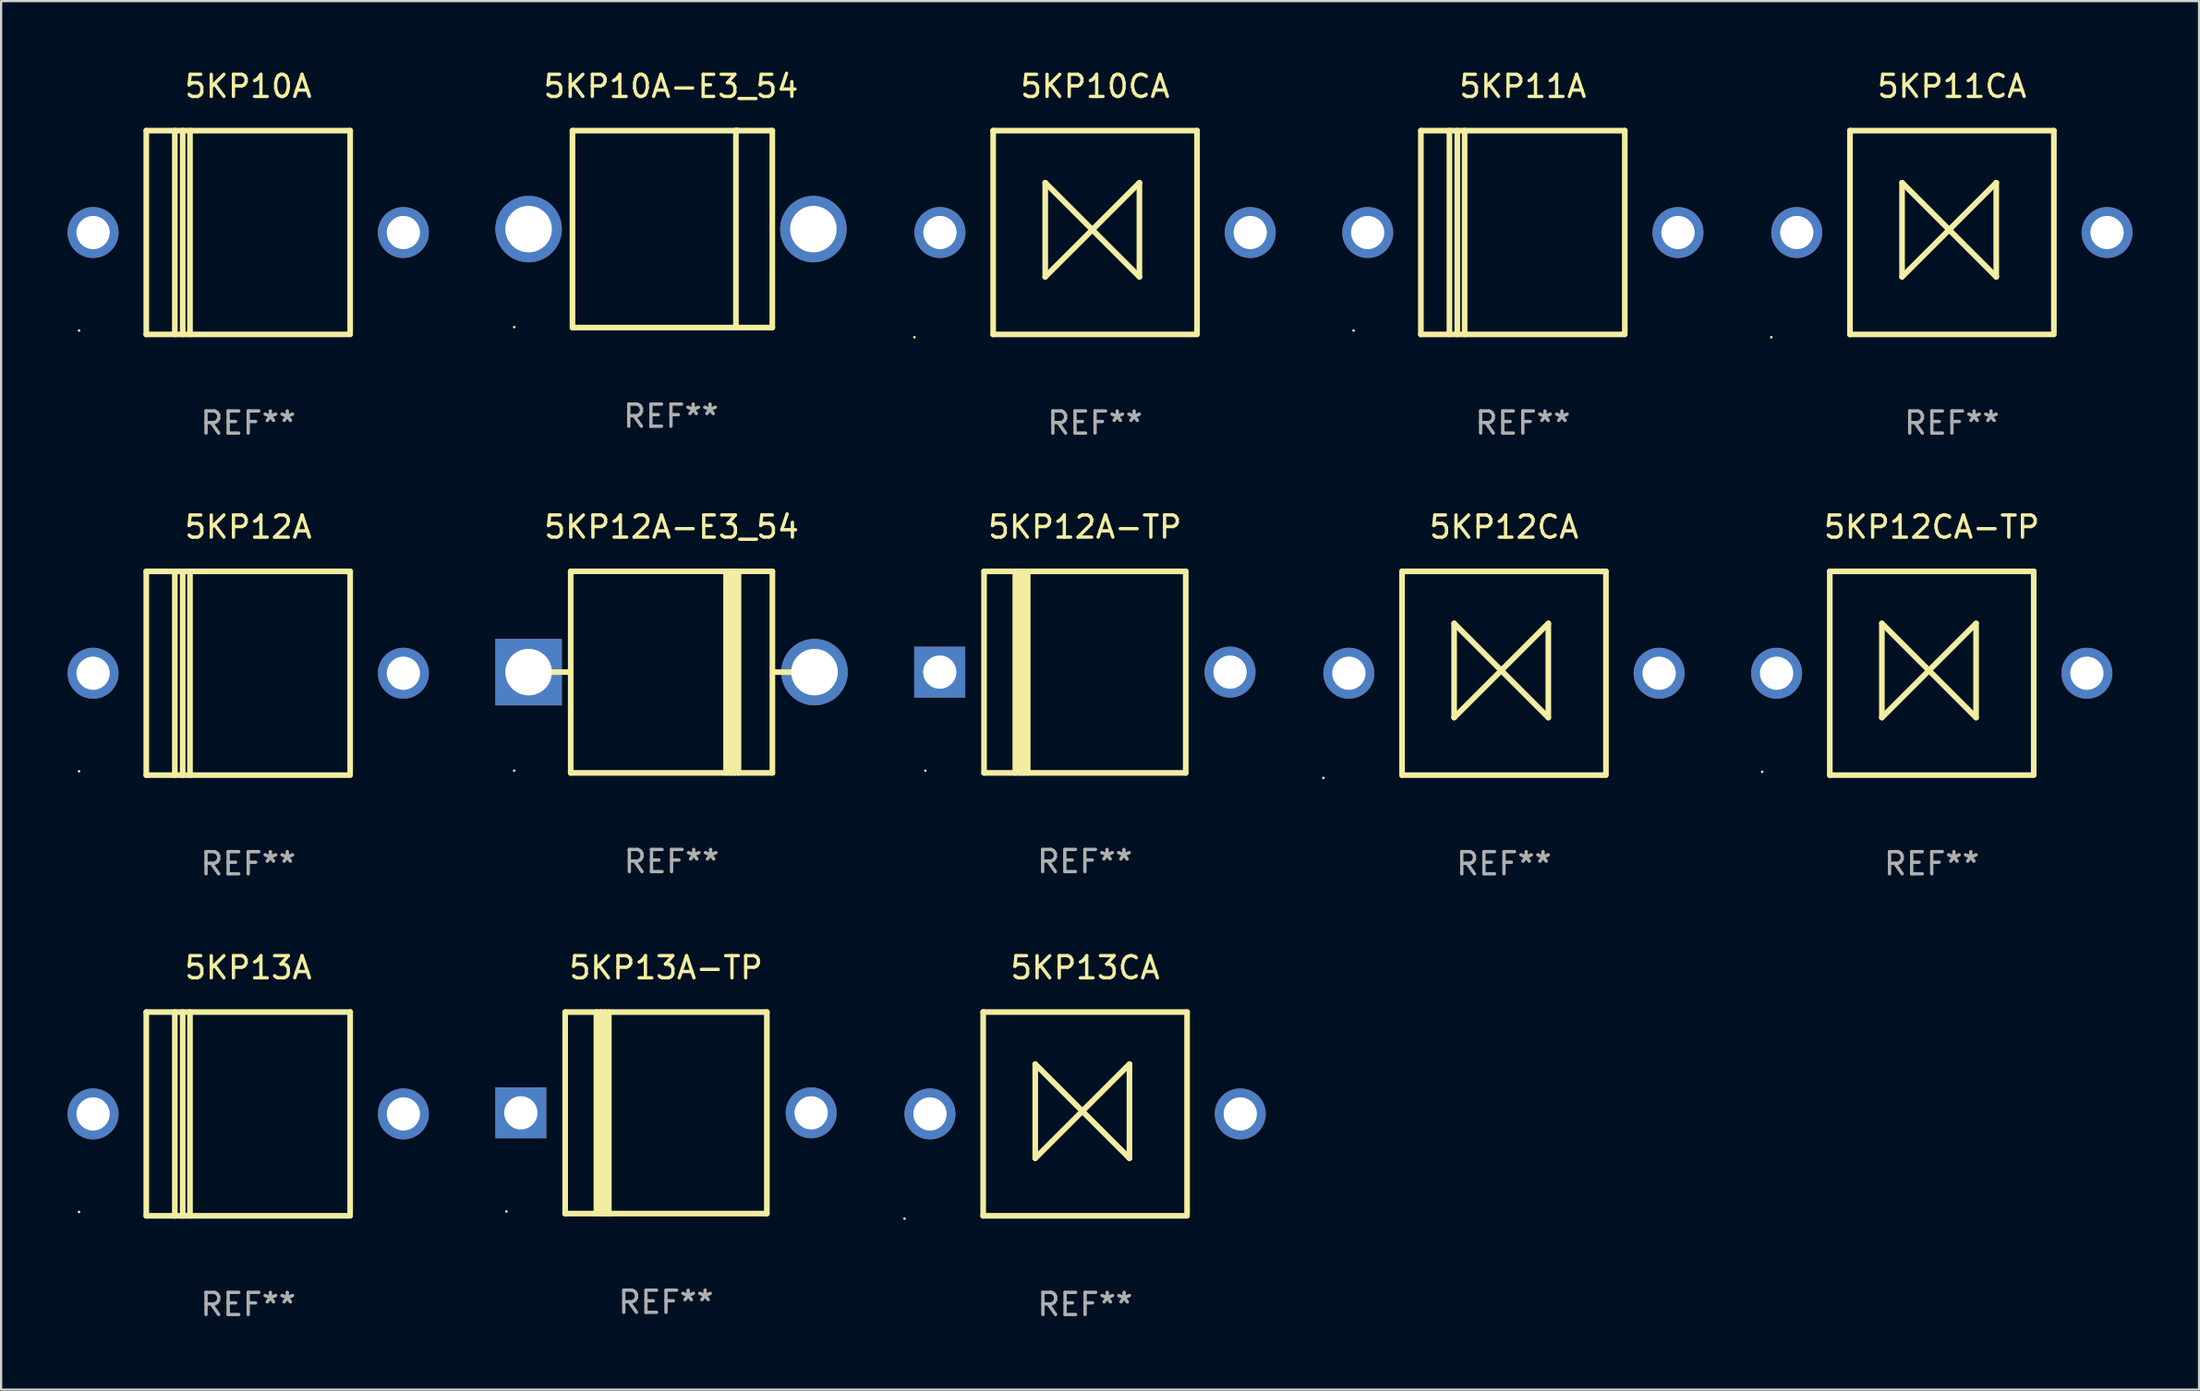
<source format=kicad_pcb>
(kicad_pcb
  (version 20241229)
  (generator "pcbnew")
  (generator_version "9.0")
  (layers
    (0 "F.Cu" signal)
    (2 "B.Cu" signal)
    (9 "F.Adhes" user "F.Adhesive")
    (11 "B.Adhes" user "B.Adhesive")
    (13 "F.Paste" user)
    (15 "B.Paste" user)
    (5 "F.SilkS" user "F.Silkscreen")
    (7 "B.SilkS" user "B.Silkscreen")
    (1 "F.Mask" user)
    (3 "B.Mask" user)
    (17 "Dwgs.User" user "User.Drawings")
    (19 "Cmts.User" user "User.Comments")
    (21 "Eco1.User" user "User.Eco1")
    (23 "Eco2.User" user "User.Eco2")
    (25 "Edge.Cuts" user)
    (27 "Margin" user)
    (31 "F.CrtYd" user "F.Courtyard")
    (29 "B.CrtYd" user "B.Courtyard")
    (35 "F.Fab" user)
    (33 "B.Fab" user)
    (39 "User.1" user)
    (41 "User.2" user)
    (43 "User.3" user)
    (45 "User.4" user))
  (footprint "5KP12A"
    (layer "F.Cu")
    (at 8.15 27.345)
    (property "Reference" "5KP12A" (at 0 -6.6 0) (layer "F.SilkS") (effects (font (size 1 1) (thickness 0.15))))
    (attr through_hole)
    (fp_line (start -4.6 -4.6) (end -4.6 4.6) (stroke (width 0.254) (type solid)) (layer "F.SilkS"))
    (fp_line (start -4.6 -4.6) (end 4.6 -4.6) (stroke (width 0.254) (type solid)) (layer "F.SilkS"))
    (fp_line (start -4.6 4.6) (end 4.6 4.6) (stroke (width 0.254) (type solid)) (layer "F.SilkS"))
    (fp_line (start -3.313 -4.6) (end -3.313 4.6) (stroke (width 0.254) (type solid)) (layer "F.SilkS"))
    (fp_line (start -2.957 -4.6) (end -2.957 4.6) (stroke (width 0.254) (type solid)) (layer "F.SilkS"))
    (fp_line (start -2.627 -4.6) (end -2.627 4.6) (stroke (width 0.254) (type solid)) (layer "F.SilkS"))
    (fp_line (start 4.6 -4.6) (end 4.6 4.5) (stroke (width 0.254) (type solid)) (layer "F.SilkS"))
    (fp_circle (center -7.635 4.425) (end -7.605 4.425) (stroke (width 0.06) (type solid)) (fill no) (layer "F.SilkS"))
    (fp_text user "REF**" (at 0 8.6 0) (layer "F.Fab") (effects (font (size 1 1) (thickness 0.15))))
    (pad "1" thru_hole circle (at -7 0) (size 2.3 2.3) (drill 1.5) (layers "*.Cu" "*.Mask"))
    (pad "2" thru_hole circle (at 7 0) (size 2.3 2.3) (drill 1.5) (layers "*.Cu" "*.Mask")))
  (footprint "5KP11CA"
    (layer "F.Cu")
    (at 85.02 7.448)
    (property "Reference" "5KP11CA" (at 0 -6.6 0) (layer "F.SilkS") (effects (font (size 1 1) (thickness 0.15))))
    (attr through_hole)
    (fp_line (start -4.6 -4.6) (end -4.6 4.6) (stroke (width 0.254) (type solid)) (layer "F.SilkS"))
    (fp_line (start -4.6 -4.6) (end 4.6 -4.6) (stroke (width 0.254) (type solid)) (layer "F.SilkS"))
    (fp_line (start -4.6 4.6) (end 4.6 4.6) (stroke (width 0.254) (type solid)) (layer "F.SilkS"))
    (fp_line (start -2.25 -2.25) (end -2.25 2) (stroke (width 0.254) (type solid)) (layer "F.SilkS"))
    (fp_line (start -2.25 2) (end 2 -2.25) (stroke (width 0.254) (type solid)) (layer "F.SilkS"))
    (fp_line (start 2 -2.25) (end 2 2) (stroke (width 0.254) (type solid)) (layer "F.SilkS"))
    (fp_line (start 2 2) (end -2.25 -2.25) (stroke (width 0.254) (type solid)) (layer "F.SilkS"))
    (fp_line (start 4.6 -4.6) (end 4.6 4.5) (stroke (width 0.254) (type solid)) (layer "F.SilkS"))
    (fp_circle (center -8.15 4.727) (end -8.12 4.727) (stroke (width 0.06) (type solid)) (fill no) (layer "F.SilkS"))
    (fp_text user "REF**" (at 0 8.6 0) (layer "F.Fab") (effects (font (size 1 1) (thickness 0.15))))
    (pad "1" thru_hole circle (at -7 0) (size 2.3 2.3) (drill 1.5) (layers "*.Cu" "*.Mask"))
    (pad "2" thru_hole circle (at 7 0) (size 2.3 2.3) (drill 1.5) (layers "*.Cu" "*.Mask")))
  (footprint "5KP13CA"
    (layer "F.Cu")
    (at 45.91 47.241)
    (property "Reference" "5KP13CA" (at 0 -6.6 0) (layer "F.SilkS") (effects (font (size 1 1) (thickness 0.15))))
    (attr through_hole)
    (fp_line (start -4.6 -4.6) (end -4.6 4.6) (stroke (width 0.254) (type solid)) (layer "F.SilkS"))
    (fp_line (start -4.6 -4.6) (end 4.6 -4.6) (stroke (width 0.254) (type solid)) (layer "F.SilkS"))
    (fp_line (start -4.6 4.6) (end 4.6 4.6) (stroke (width 0.254) (type solid)) (layer "F.SilkS"))
    (fp_line (start -2.25 -2.25) (end -2.25 2) (stroke (width 0.254) (type solid)) (layer "F.SilkS"))
    (fp_line (start -2.25 2) (end 2 -2.25) (stroke (width 0.254) (type solid)) (layer "F.SilkS"))
    (fp_line (start 2 -2.25) (end 2 2) (stroke (width 0.254) (type solid)) (layer "F.SilkS"))
    (fp_line (start 2 2) (end -2.25 -2.25) (stroke (width 0.254) (type solid)) (layer "F.SilkS"))
    (fp_line (start 4.6 -4.6) (end 4.6 4.5) (stroke (width 0.254) (type solid)) (layer "F.SilkS"))
    (fp_circle (center -8.15 4.727) (end -8.12 4.727) (stroke (width 0.06) (type solid)) (fill no) (layer "F.SilkS"))
    (fp_text user "REF**" (at 0 8.6 0) (layer "F.Fab") (effects (font (size 1 1) (thickness 0.15))))
    (pad "1" thru_hole circle (at -7 0) (size 2.3 2.3) (drill 1.5) (layers "*.Cu" "*.Mask"))
    (pad "2" thru_hole circle (at 7 0) (size 2.3 2.3) (drill 1.5) (layers "*.Cu" "*.Mask")))
  (footprint "5KP12A-E3_54"
    (layer "F.Cu")
    (at 27.25 27.295)
    (property "Reference" "5KP12A-E3_54" (at 0 -6.551 0) (layer "F.SilkS") (effects (font (size 1 1) (thickness 0.15))))
    (attr through_hole)
    (fp_line (start -5.6 -0.001) (end -4.55 -0.001) (stroke (width 0.254) (type solid)) (layer "F.SilkS"))
    (fp_line (start -4.55 -4.551) (end -4.55 4.55) (stroke (width 0.254) (type solid)) (layer "F.SilkS"))
    (fp_line (start -4.55 -4.551) (end 4.55 -4.551) (stroke (width 0.254) (type solid)) (layer "F.SilkS"))
    (fp_line (start 2.46 4.55) (end 2.46 -4.551) (stroke (width 0.254) (type solid)) (layer "F.SilkS"))
    (fp_line (start 2.67 4.55) (end 2.67 -4.551) (stroke (width 0.254) (type solid)) (layer "F.SilkS"))
    (fp_line (start 2.841 4.551) (end 2.841 -4.55) (stroke (width 0.254) (type solid)) (layer "F.SilkS"))
    (fp_line (start 3.02 4.55) (end 3.02 -4.551) (stroke (width 0.254) (type solid)) (layer "F.SilkS"))
    (fp_line (start 4.55 4.55) (end 4.55 -4.551) (stroke (width 0.254) (type solid)) (layer "F.SilkS"))
    (fp_line (start 4.55 4.549) (end -4.55 4.549) (stroke (width 0.254) (type solid)) (layer "F.SilkS"))
    (fp_line (start 4.58 -0.001) (end 5.6 -0.001) (stroke (width 0.254) (type solid)) (layer "F.SilkS"))
    (fp_circle (center -7.1 4.449) (end -7.07 4.449) (stroke (width 0.06) (type solid)) (fill no) (layer "F.SilkS"))
    (fp_text user "REF**" (at 0 8.551 0) (layer "F.Fab") (effects (font (size 1 1) (thickness 0.15))))
    (pad "1" thru_hole rect (at -6.45 -0.001 180) (size 3 3) (drill 2.1) (layers "*.Cu" "*.Mask"))
    (pad "2" thru_hole circle (at 6.45 -0.001) (size 3 3) (drill 2.1) (layers "*.Cu" "*.Mask")))
  (footprint "5KP11A"
    (layer "F.Cu")
    (at 65.66 7.448)
    (property "Reference" "5KP11A" (at 0 -6.6 0) (layer "F.SilkS") (effects (font (size 1 1) (thickness 0.15))))
    (attr through_hole)
    (fp_line (start -4.6 -4.6) (end -4.6 4.6) (stroke (width 0.254) (type solid)) (layer "F.SilkS"))
    (fp_line (start -4.6 -4.6) (end 4.6 -4.6) (stroke (width 0.254) (type solid)) (layer "F.SilkS"))
    (fp_line (start -4.6 4.6) (end 4.6 4.6) (stroke (width 0.254) (type solid)) (layer "F.SilkS"))
    (fp_line (start -3.313 -4.6) (end -3.313 4.6) (stroke (width 0.254) (type solid)) (layer "F.SilkS"))
    (fp_line (start -2.957 -4.6) (end -2.957 4.6) (stroke (width 0.254) (type solid)) (layer "F.SilkS"))
    (fp_line (start -2.627 -4.6) (end -2.627 4.6) (stroke (width 0.254) (type solid)) (layer "F.SilkS"))
    (fp_line (start 4.6 -4.6) (end 4.6 4.5) (stroke (width 0.254) (type solid)) (layer "F.SilkS"))
    (fp_circle (center -7.635 4.425) (end -7.605 4.425) (stroke (width 0.06) (type solid)) (fill no) (layer "F.SilkS"))
    (fp_text user "REF**" (at 0 8.6 0) (layer "F.Fab") (effects (font (size 1 1) (thickness 0.15))))
    (pad "1" thru_hole circle (at -7 0) (size 2.3 2.3) (drill 1.5) (layers "*.Cu" "*.Mask"))
    (pad "2" thru_hole circle (at 7 0) (size 2.3 2.3) (drill 1.5) (layers "*.Cu" "*.Mask")))
  (footprint "5KP12CA"
    (layer "F.Cu")
    (at 64.81 27.345)
    (property "Reference" "5KP12CA" (at 0 -6.6 0) (layer "F.SilkS") (effects (font (size 1 1) (thickness 0.15))))
    (attr through_hole)
    (fp_line (start -4.6 -4.6) (end -4.6 4.6) (stroke (width 0.254) (type solid)) (layer "F.SilkS"))
    (fp_line (start -4.6 -4.6) (end 4.6 -4.6) (stroke (width 0.254) (type solid)) (layer "F.SilkS"))
    (fp_line (start -4.6 4.6) (end 4.6 4.6) (stroke (width 0.254) (type solid)) (layer "F.SilkS"))
    (fp_line (start -2.25 -2.25) (end -2.25 2) (stroke (width 0.254) (type solid)) (layer "F.SilkS"))
    (fp_line (start -2.25 2) (end 2 -2.25) (stroke (width 0.254) (type solid)) (layer "F.SilkS"))
    (fp_line (start 2 -2.25) (end 2 2) (stroke (width 0.254) (type solid)) (layer "F.SilkS"))
    (fp_line (start 2 2) (end -2.25 -2.25) (stroke (width 0.254) (type solid)) (layer "F.SilkS"))
    (fp_line (start 4.6 -4.6) (end 4.6 4.5) (stroke (width 0.254) (type solid)) (layer "F.SilkS"))
    (fp_circle (center -8.15 4.727) (end -8.12 4.727) (stroke (width 0.06) (type solid)) (fill no) (layer "F.SilkS"))
    (fp_text user "REF**" (at 0 8.6 0) (layer "F.Fab") (effects (font (size 1 1) (thickness 0.15))))
    (pad "1" thru_hole circle (at -7 0) (size 2.3 2.3) (drill 1.5) (layers "*.Cu" "*.Mask"))
    (pad "2" thru_hole circle (at 7 0) (size 2.3 2.3) (drill 1.5) (layers "*.Cu" "*.Mask")))
  (footprint "5KP13A"
    (layer "F.Cu")
    (at 8.15 47.241)
    (property "Reference" "5KP13A" (at 0 -6.6 0) (layer "F.SilkS") (effects (font (size 1 1) (thickness 0.15))))
    (attr through_hole)
    (fp_line (start -4.6 -4.6) (end -4.6 4.6) (stroke (width 0.254) (type solid)) (layer "F.SilkS"))
    (fp_line (start -4.6 -4.6) (end 4.6 -4.6) (stroke (width 0.254) (type solid)) (layer "F.SilkS"))
    (fp_line (start -4.6 4.6) (end 4.6 4.6) (stroke (width 0.254) (type solid)) (layer "F.SilkS"))
    (fp_line (start -3.313 -4.6) (end -3.313 4.6) (stroke (width 0.254) (type solid)) (layer "F.SilkS"))
    (fp_line (start -2.957 -4.6) (end -2.957 4.6) (stroke (width 0.254) (type solid)) (layer "F.SilkS"))
    (fp_line (start -2.627 -4.6) (end -2.627 4.6) (stroke (width 0.254) (type solid)) (layer "F.SilkS"))
    (fp_line (start 4.6 -4.6) (end 4.6 4.5) (stroke (width 0.254) (type solid)) (layer "F.SilkS"))
    (fp_circle (center -7.635 4.425) (end -7.605 4.425) (stroke (width 0.06) (type solid)) (fill no) (layer "F.SilkS"))
    (fp_text user "REF**" (at 0 8.6 0) (layer "F.Fab") (effects (font (size 1 1) (thickness 0.15))))
    (pad "1" thru_hole circle (at -7 0) (size 2.3 2.3) (drill 1.5) (layers "*.Cu" "*.Mask"))
    (pad "2" thru_hole circle (at 7 0) (size 2.3 2.3) (drill 1.5) (layers "*.Cu" "*.Mask")))
  (footprint "5KP12CA-TP"
    (layer "F.Cu")
    (at 84.11 27.345)
    (property "Reference" "5KP12CA-TP" (at 0 -6.6 0) (layer "F.SilkS") (effects (font (size 1 1) (thickness 0.15))))
    (attr through_hole)
    (fp_line (start -4.6 -4.6) (end -4.6 4.6) (stroke (width 0.254) (type solid)) (layer "F.SilkS"))
    (fp_line (start -4.6 -4.6) (end 4.6 -4.6) (stroke (width 0.254) (type solid)) (layer "F.SilkS"))
    (fp_line (start -4.6 4.6) (end 4.6 4.6) (stroke (width 0.254) (type solid)) (layer "F.SilkS"))
    (fp_line (start -2.25 -2.25) (end -2.25 2) (stroke (width 0.254) (type solid)) (layer "F.SilkS"))
    (fp_line (start -2.25 2) (end 2 -2.25) (stroke (width 0.254) (type solid)) (layer "F.SilkS"))
    (fp_line (start 2 -2.25) (end 2 2) (stroke (width 0.254) (type solid)) (layer "F.SilkS"))
    (fp_line (start 2 2) (end -2.25 -2.25) (stroke (width 0.254) (type solid)) (layer "F.SilkS"))
    (fp_line (start 4.6 -4.6) (end 4.6 4.5) (stroke (width 0.254) (type solid)) (layer "F.SilkS"))
    (fp_circle (center -7.65 4.45) (end -7.62 4.45) (stroke (width 0.06) (type solid)) (fill no) (layer "F.SilkS"))
    (fp_text user "REF**" (at 0 8.6 0) (layer "F.Fab") (effects (font (size 1 1) (thickness 0.15))))
    (pad "1" thru_hole circle (at -7 0) (size 2.3 2.3) (drill 1.5) (layers "*.Cu" "*.Mask"))
    (pad "2" thru_hole circle (at 7 0) (size 2.3 2.3) (drill 1.5) (layers "*.Cu" "*.Mask")))
  (footprint "5KP12A-TP"
    (layer "F.Cu")
    (at 45.9 27.295)
    (property "Reference" "5KP12A-TP" (at 0 -6.551 0) (layer "F.SilkS") (effects (font (size 1 1) (thickness 0.15))))
    (attr through_hole)
    (fp_line (start -4.55 -4.55) (end -4.55 4.55) (stroke (width 0.254) (type solid)) (layer "F.SilkS"))
    (fp_line (start -4.55 -4.55) (end 4.55 -4.55) (stroke (width 0.254) (type solid)) (layer "F.SilkS"))
    (fp_line (start -3.14 4.55) (end -3.14 -4.551) (stroke (width 0.254) (type solid)) (layer "F.SilkS"))
    (fp_line (start -2.93 4.55) (end -2.93 -4.551) (stroke (width 0.254) (type solid)) (layer "F.SilkS"))
    (fp_line (start -2.759 4.551) (end -2.759 -4.55) (stroke (width 0.254) (type solid)) (layer "F.SilkS"))
    (fp_line (start -2.58 4.55) (end -2.58 -4.551) (stroke (width 0.254) (type solid)) (layer "F.SilkS"))
    (fp_line (start 4.55 4.55) (end 4.55 -4.55) (stroke (width 0.254) (type solid)) (layer "F.SilkS"))
    (fp_line (start 4.55 4.549) (end -4.55 4.549) (stroke (width 0.254) (type solid)) (layer "F.SilkS"))
    (fp_circle (center -7.2 4.45) (end -7.17 4.45) (stroke (width 0.06) (type solid)) (fill no) (layer "F.SilkS"))
    (fp_text user "REF**" (at 0 8.551 0) (layer "F.Fab") (effects (font (size 1 1) (thickness 0.15))))
    (pad "1" thru_hole rect (at -6.55 -0.000483 180) (size 2.3 2.3) (drill 1.5) (layers "*.Cu" "*.Mask"))
    (pad "2" thru_hole circle (at 6.55 -0.000483) (size 2.3 2.3) (drill 1.5) (layers "*.Cu" "*.Mask")))
  (footprint "5KP10A-E3_54"
    (layer "F.Cu")
    (at 27.225 7.293)
    (property "Reference" "5KP10A-E3_54" (at 0 -6.445 0) (layer "F.SilkS") (effects (font (size 1 1) (thickness 0.15))))
    (attr through_hole)
    (fp_line (start -4.445 -4.445) (end -4.445 4.445) (stroke (width 0.254) (type solid)) (layer "F.SilkS"))
    (fp_line (start -4.445 4.445) (end 4.572 4.445) (stroke (width 0.254) (type solid)) (layer "F.SilkS"))
    (fp_line (start 2.929 -4.445) (end 2.929 4.445) (stroke (width 0.254) (type solid)) (layer "F.SilkS"))
    (fp_line (start 3.029 -4.445) (end 2.929 -4.445) (stroke (width 0.254) (type solid)) (layer "F.SilkS"))
    (fp_line (start 4.572 -4.445) (end -4.445 -4.445) (stroke (width 0.254) (type solid)) (layer "F.SilkS"))
    (fp_line (start 4.572 4.445) (end 4.572 -4.445) (stroke (width 0.254) (type solid)) (layer "F.SilkS"))
    (fp_circle (center -7.075 4.425) (end -7.045 4.425) (stroke (width 0.06) (type solid)) (fill no) (layer "F.SilkS"))
    (fp_text user "REF**" (at 0 8.445 0) (layer "F.Fab") (effects (font (size 1 1) (thickness 0.15))))
    (pad "1" thru_hole circle (at -6.425 0) (size 3 3) (drill 2.1) (layers "*.Cu" "*.Mask"))
    (pad "2" thru_hole circle (at 6.425 0) (size 3 3) (drill 2.1) (layers "*.Cu" "*.Mask")))
  (footprint "5KP10CA"
    (layer "F.Cu")
    (at 46.36 7.448)
    (property "Reference" "5KP10CA" (at 0 -6.6 0) (layer "F.SilkS") (effects (font (size 1 1) (thickness 0.15))))
    (attr through_hole)
    (fp_line (start -4.6 -4.6) (end -4.6 4.6) (stroke (width 0.254) (type solid)) (layer "F.SilkS"))
    (fp_line (start -4.6 -4.6) (end 4.6 -4.6) (stroke (width 0.254) (type solid)) (layer "F.SilkS"))
    (fp_line (start -4.6 4.6) (end 4.6 4.6) (stroke (width 0.254) (type solid)) (layer "F.SilkS"))
    (fp_line (start -2.25 -2.25) (end -2.25 2) (stroke (width 0.254) (type solid)) (layer "F.SilkS"))
    (fp_line (start -2.25 2) (end 2 -2.25) (stroke (width 0.254) (type solid)) (layer "F.SilkS"))
    (fp_line (start 2 -2.25) (end 2 2) (stroke (width 0.254) (type solid)) (layer "F.SilkS"))
    (fp_line (start 2 2) (end -2.25 -2.25) (stroke (width 0.254) (type solid)) (layer "F.SilkS"))
    (fp_line (start 4.6 -4.6) (end 4.6 4.5) (stroke (width 0.254) (type solid)) (layer "F.SilkS"))
    (fp_circle (center -8.15 4.727) (end -8.12 4.727) (stroke (width 0.06) (type solid)) (fill no) (layer "F.SilkS"))
    (fp_text user "REF**" (at 0 8.6 0) (layer "F.Fab") (effects (font (size 1 1) (thickness 0.15))))
    (pad "1" thru_hole circle (at -7 0) (size 2.3 2.3) (drill 1.5) (layers "*.Cu" "*.Mask"))
    (pad "2" thru_hole circle (at 7 0) (size 2.3 2.3) (drill 1.5) (layers "*.Cu" "*.Mask")))
  (footprint "5KP10A"
    (layer "F.Cu")
    (at 8.15 7.448)
    (property "Reference" "5KP10A" (at 0 -6.6 0) (layer "F.SilkS") (effects (font (size 1 1) (thickness 0.15))))
    (attr through_hole)
    (fp_line (start -4.6 -4.6) (end -4.6 4.6) (stroke (width 0.254) (type solid)) (layer "F.SilkS"))
    (fp_line (start -4.6 -4.6) (end 4.6 -4.6) (stroke (width 0.254) (type solid)) (layer "F.SilkS"))
    (fp_line (start -4.6 4.6) (end 4.6 4.6) (stroke (width 0.254) (type solid)) (layer "F.SilkS"))
    (fp_line (start -3.313 -4.6) (end -3.313 4.6) (stroke (width 0.254) (type solid)) (layer "F.SilkS"))
    (fp_line (start -2.957 -4.6) (end -2.957 4.6) (stroke (width 0.254) (type solid)) (layer "F.SilkS"))
    (fp_line (start -2.627 -4.6) (end -2.627 4.6) (stroke (width 0.254) (type solid)) (layer "F.SilkS"))
    (fp_line (start 4.6 -4.6) (end 4.6 4.5) (stroke (width 0.254) (type solid)) (layer "F.SilkS"))
    (fp_circle (center -7.635 4.425) (end -7.605 4.425) (stroke (width 0.06) (type solid)) (fill no) (layer "F.SilkS"))
    (fp_text user "REF**" (at 0 8.6 0) (layer "F.Fab") (effects (font (size 1 1) (thickness 0.15))))
    (pad "1" thru_hole circle (at -7 0) (size 2.3 2.3) (drill 1.5) (layers "*.Cu" "*.Mask"))
    (pad "2" thru_hole circle (at 7 0) (size 2.3 2.3) (drill 1.5) (layers "*.Cu" "*.Mask")))
  (footprint "5KP13A-TP"
    (layer "F.Cu")
    (at 27 47.192)
    (property "Reference" "5KP13A-TP" (at 0 -6.551 0) (layer "F.SilkS") (effects (font (size 1 1) (thickness 0.15))))
    (attr through_hole)
    (fp_line (start -4.55 -4.55) (end -4.55 4.55) (stroke (width 0.254) (type solid)) (layer "F.SilkS"))
    (fp_line (start -4.55 -4.55) (end 4.55 -4.55) (stroke (width 0.254) (type solid)) (layer "F.SilkS"))
    (fp_line (start -3.14 4.55) (end -3.14 -4.551) (stroke (width 0.254) (type solid)) (layer "F.SilkS"))
    (fp_line (start -2.93 4.55) (end -2.93 -4.551) (stroke (width 0.254) (type solid)) (layer "F.SilkS"))
    (fp_line (start -2.759 4.551) (end -2.759 -4.55) (stroke (width 0.254) (type solid)) (layer "F.SilkS"))
    (fp_line (start -2.58 4.55) (end -2.58 -4.551) (stroke (width 0.254) (type solid)) (layer "F.SilkS"))
    (fp_line (start 4.55 4.55) (end 4.55 -4.55) (stroke (width 0.254) (type solid)) (layer "F.SilkS"))
    (fp_line (start 4.55 4.549) (end -4.55 4.549) (stroke (width 0.254) (type solid)) (layer "F.SilkS"))
    (fp_circle (center -7.2 4.45) (end -7.17 4.45) (stroke (width 0.06) (type solid)) (fill no) (layer "F.SilkS"))
    (fp_text user "REF**" (at 0 8.551 0) (layer "F.Fab") (effects (font (size 1 1) (thickness 0.15))))
    (pad "1" thru_hole rect (at -6.55 -0.000483 180) (size 2.3 2.3) (drill 1.5) (layers "*.Cu" "*.Mask"))
    (pad "2" thru_hole circle (at 6.55 -0.000483) (size 2.3 2.3) (drill 1.5) (layers "*.Cu" "*.Mask")))
  (gr_rect
    (start -3 -3)
    (end 96.17 59.69)
    (stroke (width 0.1) (type default))
    (fill no)
    (layer "Edge.Cuts")))
</source>
